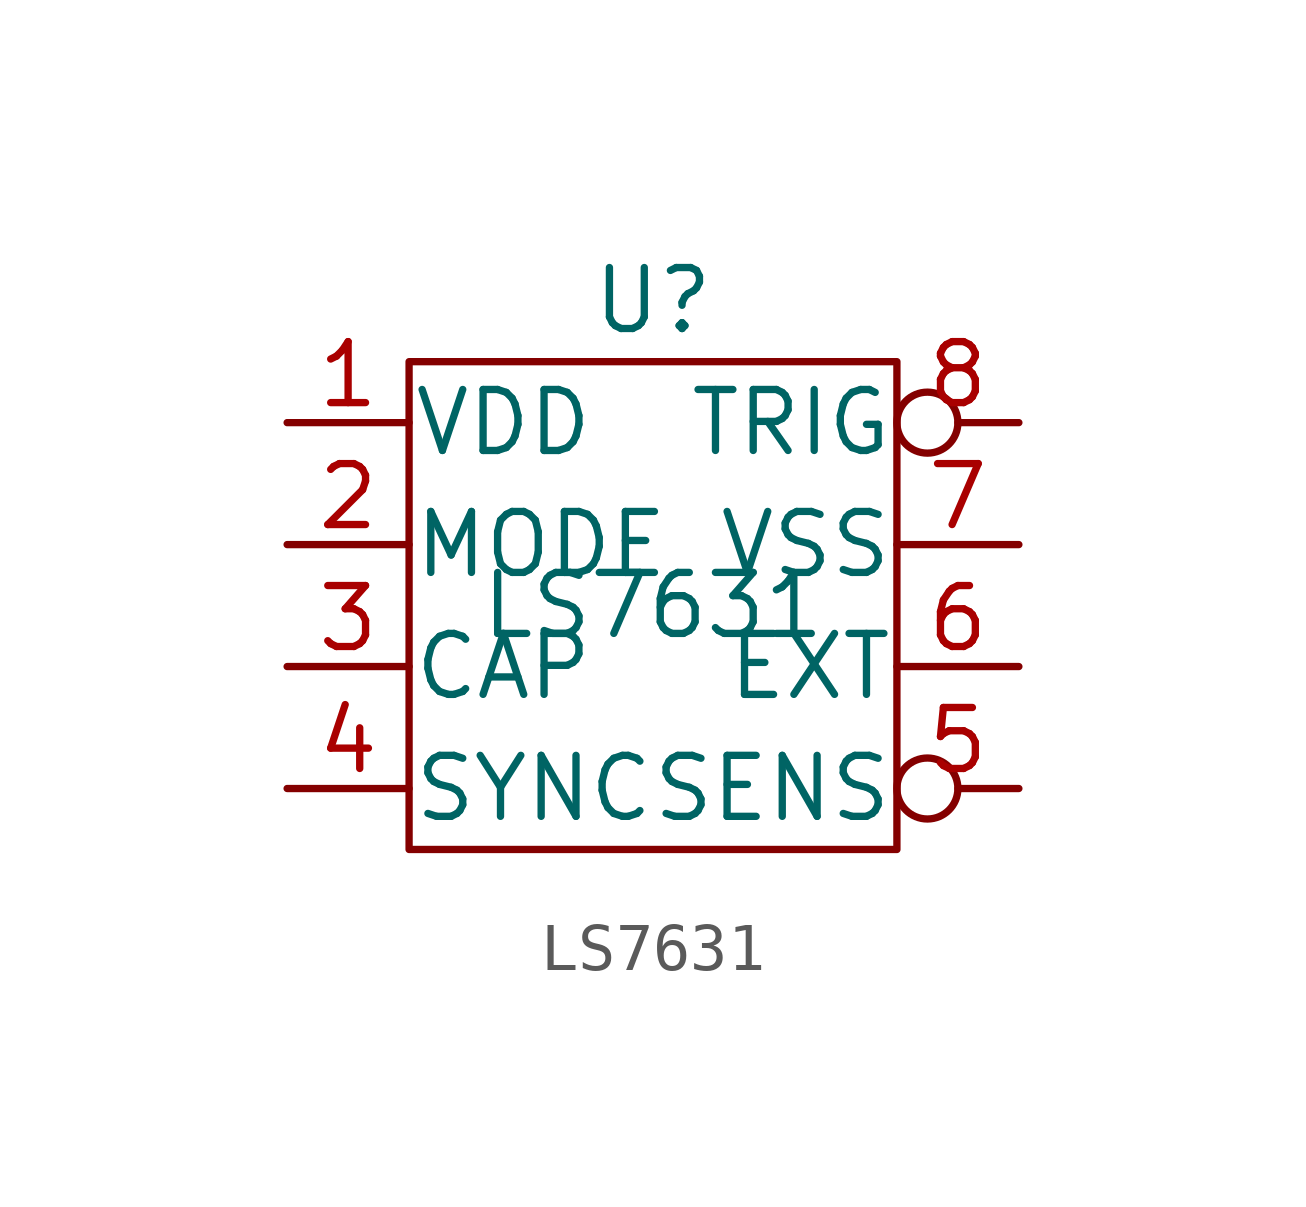
<source format=kicad_sym>
(kicad_symbol_lib
  (version 20220914)
  (generator kicad_symbol_editor)
  (symbol "LS7631"
    (pin_names
      (offset 0.05))
    (property "Reference" "U"
      (at 0 6.35 0)
      (effects (font (size 1.27 1.27))))
    (property "Value" "LS7631"
      (at 0 0 0)
      (effects (font (size 1.27 1.27))))
    (symbol "LS7631_0_1"
      (polyline (pts (xy -5.08 5.08) (xy -5.08 -5.08) (xy 5.08 -5.08) (xy 5.08 5.08) (xy -5.08 5.08)) (stroke (width 0) (type default)) (fill (type none))))
    (symbol "LS7631_1_1"
      (pin power_in line (at -7.62 3.81 0) (length 2.54) (name "VDD" (effects (font (size 1.27 1.27)))) (number "1" (effects (font (size 1.27 1.27)))))
      (pin input line (at -7.62 1.27 0) (length 2.54) (name "MODE" (effects (font (size 1.27 1.27)))) (number "2" (effects (font (size 1.27 1.27)))))
      (pin passive line (at -7.62 -1.27 0) (length 2.54) (name "CAP" (effects (font (size 1.27 1.27)))) (number "3" (effects (font (size 1.27 1.27)))))
      (pin input line (at -7.62 -3.81 0) (length 2.54) (name "SYNC" (effects (font (size 1.27 1.27)))) (number "4" (effects (font (size 1.27 1.27)))))
      (pin input inverted (at 7.62 -3.81 180) (length 2.54) (name "SENS" (effects (font (size 1.27 1.27)))) (number "5" (effects (font (size 1.27 1.27)))))
      (pin input line (at 7.62 -1.27 180) (length 2.54) (name "EXT" (effects (font (size 1.27 1.27)))) (number "6" (effects (font (size 1.27 1.27)))))
      (pin power_in line (at 7.62 1.27 180) (length 2.54) (name "VSS" (effects (font (size 1.27 1.27)))) (number "7" (effects (font (size 1.27 1.27)))))
      (pin output inverted (at 7.62 3.81 180) (length 2.54) (name "TRIG" (effects (font (size 1.27 1.27)))) (number "8" (effects (font (size 1.27 1.27))))))))
</source>
